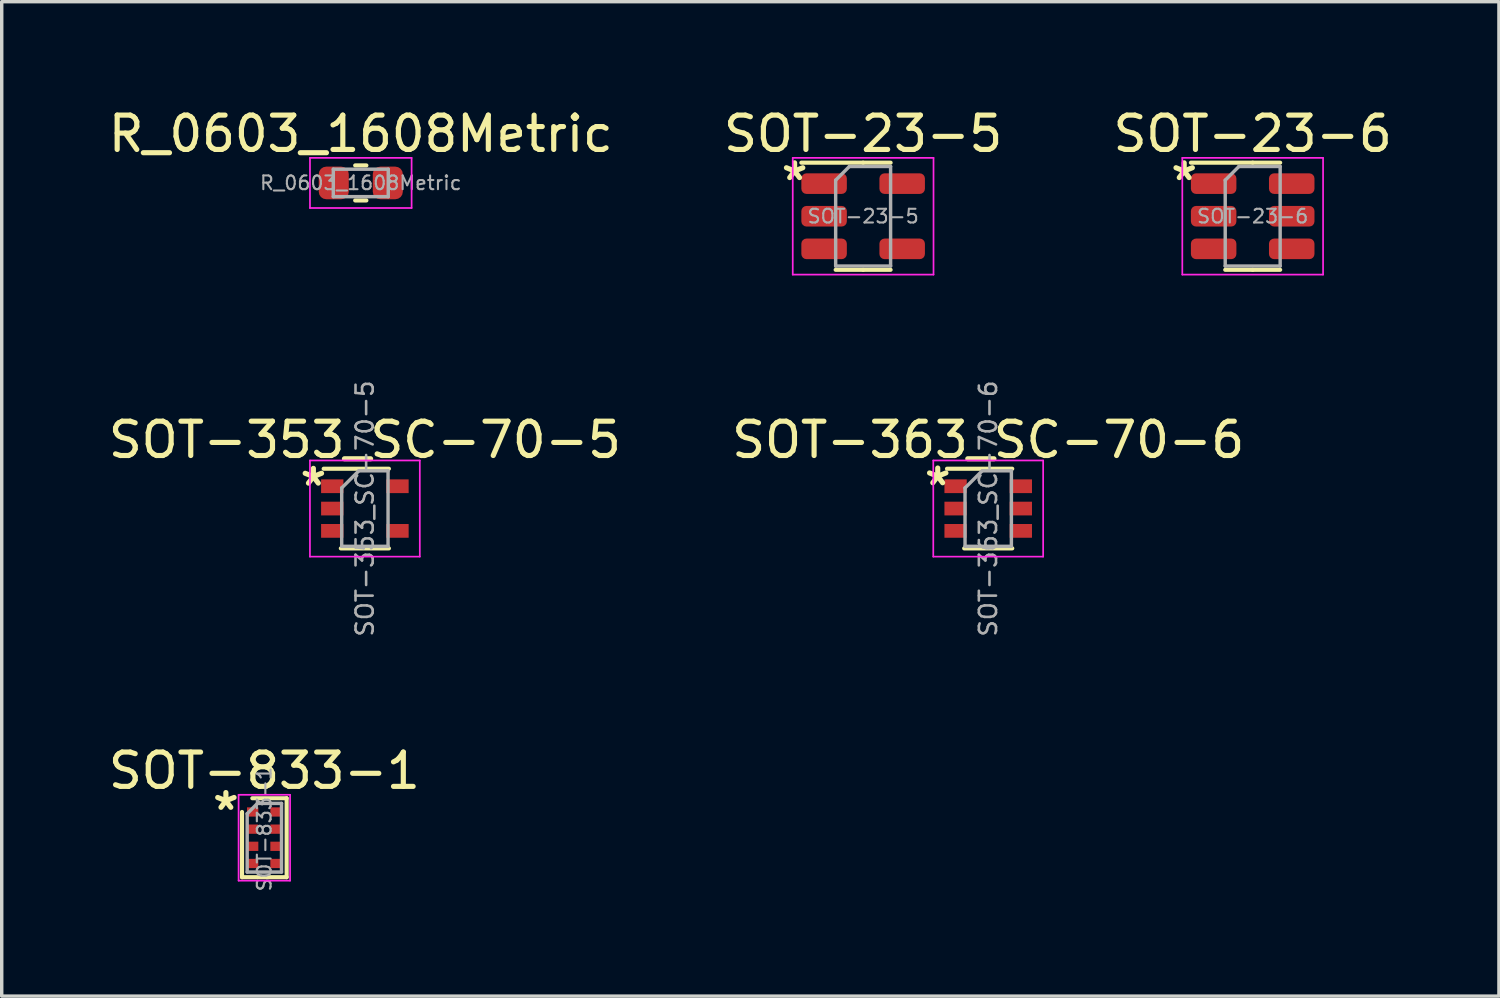
<source format=kicad_pcb>
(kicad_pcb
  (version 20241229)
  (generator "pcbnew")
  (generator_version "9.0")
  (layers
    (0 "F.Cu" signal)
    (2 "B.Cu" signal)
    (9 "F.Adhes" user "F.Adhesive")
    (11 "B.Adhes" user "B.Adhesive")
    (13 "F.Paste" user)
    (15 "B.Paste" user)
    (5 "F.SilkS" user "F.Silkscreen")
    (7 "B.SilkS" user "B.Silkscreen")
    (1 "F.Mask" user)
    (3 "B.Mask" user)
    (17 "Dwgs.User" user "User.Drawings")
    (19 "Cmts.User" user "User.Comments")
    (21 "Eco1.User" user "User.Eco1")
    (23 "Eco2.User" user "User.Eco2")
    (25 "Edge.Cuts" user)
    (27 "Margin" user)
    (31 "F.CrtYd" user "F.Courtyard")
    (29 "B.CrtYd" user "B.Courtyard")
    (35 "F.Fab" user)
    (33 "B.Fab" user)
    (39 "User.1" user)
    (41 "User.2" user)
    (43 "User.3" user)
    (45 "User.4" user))
  (footprint "SOT-23-6"
    (layer "F.Cu")
    (at 33.435 3.248)
    (property "Reference" "SOT-23-6" (at 0 -2.4 0) (layer "F.SilkS") (effects (font (size 1 1) (thickness 0.15))))
    (attr smd)
    (fp_line (start 0 -1.56) (end -1.8 -1.56) (stroke (width 0.12) (type solid)) (layer "F.SilkS"))
    (fp_line (start 0 -1.56) (end 0.8 -1.56) (stroke (width 0.12) (type solid)) (layer "F.SilkS"))
    (fp_line (start 0 1.56) (end -0.8 1.56) (stroke (width 0.12) (type solid)) (layer "F.SilkS"))
    (fp_line (start 0 1.56) (end 0.8 1.56) (stroke (width 0.12) (type solid)) (layer "F.SilkS"))
    (fp_line (start -2.05 -1.7) (end -2.05 1.7) (stroke (width 0.05) (type solid)) (layer "F.CrtYd"))
    (fp_line (start -2.05 1.7) (end 2.05 1.7) (stroke (width 0.05) (type solid)) (layer "F.CrtYd"))
    (fp_line (start 2.05 -1.7) (end -2.05 -1.7) (stroke (width 0.05) (type solid)) (layer "F.CrtYd"))
    (fp_line (start 2.05 1.7) (end 2.05 -1.7) (stroke (width 0.05) (type solid)) (layer "F.CrtYd"))
    (fp_line (start -0.8 -1.05) (end -0.4 -1.45) (stroke (width 0.1) (type solid)) (layer "F.Fab"))
    (fp_line (start -0.8 1.45) (end -0.8 -1.05) (stroke (width 0.1) (type solid)) (layer "F.Fab"))
    (fp_line (start -0.4 -1.45) (end 0.8 -1.45) (stroke (width 0.1) (type solid)) (layer "F.Fab"))
    (fp_line (start 0.8 -1.45) (end 0.8 1.45) (stroke (width 0.1) (type solid)) (layer "F.Fab"))
    (fp_line (start 0.8 1.45) (end -0.8 1.45) (stroke (width 0.1) (type solid)) (layer "F.Fab"))
    (fp_text user "*" (at -2.475 -0.425 0) (unlocked yes) (layer "F.SilkS") (effects (font (size 1 1) (thickness 0.15)) (justify left bottom)))
    (fp_text user "${REFERENCE}" (at 0 0 0) (layer "F.Fab") (effects (font (size 0.4 0.4) (thickness 0.06))))
    (pad "1" smd roundrect (at -1.137 -0.95) (size 1.325 0.6) (layers "F.Cu" "F.Mask" "F.Paste") (roundrect_rratio 0.25))
    (pad "2" smd roundrect (at -1.137 0) (size 1.325 0.6) (layers "F.Cu" "F.Mask" "F.Paste") (roundrect_rratio 0.25))
    (pad "3" smd roundrect (at -1.137 0.95) (size 1.325 0.6) (layers "F.Cu" "F.Mask" "F.Paste") (roundrect_rratio 0.25))
    (pad "4" smd roundrect (at 1.137 0.95) (size 1.325 0.6) (layers "F.Cu" "F.Mask" "F.Paste") (roundrect_rratio 0.25))
    (pad "5" smd roundrect (at 1.137 0) (size 1.325 0.6) (layers "F.Cu" "F.Mask" "F.Paste") (roundrect_rratio 0.25))
    (pad "6" smd roundrect (at 1.137 -0.95) (size 1.325 0.6) (layers "F.Cu" "F.Mask" "F.Paste") (roundrect_rratio 0.25)))
  (footprint "R_0603_1608Metric"
    (layer "F.Cu")
    (at 7.458 2.278)
    (property "Reference" "R_0603_1608Metric" (at 0 -1.43 0) (layer "F.SilkS") (effects (font (size 1 1) (thickness 0.15))))
    (attr smd)
    (fp_line (start -0.163 -0.51) (end 0.163 -0.51) (stroke (width 0.12) (type solid)) (layer "F.SilkS"))
    (fp_line (start -0.163 0.51) (end 0.163 0.51) (stroke (width 0.12) (type solid)) (layer "F.SilkS"))
    (fp_line (start -1.48 -0.73) (end 1.48 -0.73) (stroke (width 0.05) (type solid)) (layer "F.CrtYd"))
    (fp_line (start -1.48 0.73) (end -1.48 -0.73) (stroke (width 0.05) (type solid)) (layer "F.CrtYd"))
    (fp_line (start 1.48 -0.73) (end 1.48 0.73) (stroke (width 0.05) (type solid)) (layer "F.CrtYd"))
    (fp_line (start 1.48 0.73) (end -1.48 0.73) (stroke (width 0.05) (type solid)) (layer "F.CrtYd"))
    (fp_line (start -0.8 -0.4) (end 0.8 -0.4) (stroke (width 0.1) (type solid)) (layer "F.Fab"))
    (fp_line (start -0.8 0.4) (end -0.8 -0.4) (stroke (width 0.1) (type solid)) (layer "F.Fab"))
    (fp_line (start 0.8 -0.4) (end 0.8 0.4) (stroke (width 0.1) (type solid)) (layer "F.Fab"))
    (fp_line (start 0.8 0.4) (end -0.8 0.4) (stroke (width 0.1) (type solid)) (layer "F.Fab"))
    (fp_text user "${REFERENCE}" (at 0 0 0) (layer "F.Fab") (effects (font (size 0.4 0.4) (thickness 0.06))))
    (pad "1" smd roundrect (at -0.787 0) (size 0.875 0.95) (layers "F.Cu" "F.Mask" "F.Paste") (roundrect_rratio 0.25))
    (pad "2" smd roundrect (at 0.787 0) (size 0.875 0.95) (layers "F.Cu" "F.Mask" "F.Paste") (roundrect_rratio 0.25)))
  (footprint "SOT-353_SC-70-5"
    (layer "F.Cu")
    (at 7.577 11.762)
    (property "Reference" "SOT-353_SC-70-5" (at 0 -2 0) (layer "F.SilkS") (effects (font (size 1 1) (thickness 0.15))))
    (attr smd)
    (fp_line (start -0.7 1.16) (end 0.7 1.16) (stroke (width 0.12) (type solid)) (layer "F.SilkS"))
    (fp_line (start 0.7 -1.16) (end -1.2 -1.16) (stroke (width 0.12) (type solid)) (layer "F.SilkS"))
    (fp_line (start -1.6 -1.4) (end -1.6 1.4) (stroke (width 0.05) (type solid)) (layer "F.CrtYd"))
    (fp_line (start -1.6 -1.4) (end 1.6 -1.4) (stroke (width 0.05) (type solid)) (layer "F.CrtYd"))
    (fp_line (start -1.6 1.4) (end 1.6 1.4) (stroke (width 0.05) (type solid)) (layer "F.CrtYd"))
    (fp_line (start 1.6 1.4) (end 1.6 -1.4) (stroke (width 0.05) (type solid)) (layer "F.CrtYd"))
    (fp_line (start -0.675 -0.6) (end -0.675 1.1) (stroke (width 0.1) (type solid)) (layer "F.Fab"))
    (fp_line (start -0.175 -1.1) (end -0.675 -0.6) (stroke (width 0.1) (type solid)) (layer "F.Fab"))
    (fp_line (start 0.675 -1.1) (end -0.175 -1.1) (stroke (width 0.1) (type solid)) (layer "F.Fab"))
    (fp_line (start 0.675 -1.1) (end 0.675 1.1) (stroke (width 0.1) (type solid)) (layer "F.Fab"))
    (fp_line (start 0.675 1.1) (end -0.675 1.1) (stroke (width 0.1) (type solid)) (layer "F.Fab"))
    (fp_text user "*" (at -1.5 -0.625 0) (layer "F.SilkS") (effects (font (size 1 1) (thickness 0.15))))
    (fp_text user "${REFERENCE}" (at 0 0 90) (layer "F.Fab") (effects (font (size 0.5 0.5) (thickness 0.075))))
    (pad "1" smd rect (at -0.95 -0.65) (size 0.65 0.4) (layers "F.Cu" "F.Mask" "F.Paste"))
    (pad "2" smd rect (at -0.95 0) (size 0.65 0.4) (layers "F.Cu" "F.Mask" "F.Paste"))
    (pad "3" smd rect (at -0.95 0.65) (size 0.65 0.4) (layers "F.Cu" "F.Mask" "F.Paste"))
    (pad "4" smd rect (at 0.95 0.65) (size 0.65 0.4) (layers "F.Cu" "F.Mask" "F.Paste"))
    (pad "5" smd rect (at 0.95 -0.65) (size 0.65 0.4) (layers "F.Cu" "F.Mask" "F.Paste")))
  (footprint "SOT-23-5"
    (layer "F.Cu")
    (at 22.089 3.248)
    (property "Reference" "SOT-23-5" (at 0 -2.4 0) (layer "F.SilkS") (effects (font (size 1 1) (thickness 0.15))))
    (attr smd)
    (fp_line (start 0 -1.56) (end -1.8 -1.56) (stroke (width 0.12) (type solid)) (layer "F.SilkS"))
    (fp_line (start 0 -1.56) (end 0.8 -1.56) (stroke (width 0.12) (type solid)) (layer "F.SilkS"))
    (fp_line (start 0 1.56) (end -0.8 1.56) (stroke (width 0.12) (type solid)) (layer "F.SilkS"))
    (fp_line (start 0 1.56) (end 0.8 1.56) (stroke (width 0.12) (type solid)) (layer "F.SilkS"))
    (fp_line (start -2.05 -1.7) (end -2.05 1.7) (stroke (width 0.05) (type solid)) (layer "F.CrtYd"))
    (fp_line (start -2.05 1.7) (end 2.05 1.7) (stroke (width 0.05) (type solid)) (layer "F.CrtYd"))
    (fp_line (start 2.05 -1.7) (end -2.05 -1.7) (stroke (width 0.05) (type solid)) (layer "F.CrtYd"))
    (fp_line (start 2.05 1.7) (end 2.05 -1.7) (stroke (width 0.05) (type solid)) (layer "F.CrtYd"))
    (fp_line (start -0.8 -1.05) (end -0.4 -1.45) (stroke (width 0.1) (type solid)) (layer "F.Fab"))
    (fp_line (start -0.8 1.45) (end -0.8 -1.05) (stroke (width 0.1) (type solid)) (layer "F.Fab"))
    (fp_line (start -0.4 -1.45) (end 0.8 -1.45) (stroke (width 0.1) (type solid)) (layer "F.Fab"))
    (fp_line (start 0.8 -1.45) (end 0.8 1.45) (stroke (width 0.1) (type solid)) (layer "F.Fab"))
    (fp_line (start 0.8 1.45) (end -0.8 1.45) (stroke (width 0.1) (type solid)) (layer "F.Fab"))
    (fp_text user "*" (at -2.475 -0.425 0) (unlocked yes) (layer "F.SilkS") (effects (font (size 1 1) (thickness 0.15)) (justify left bottom)))
    (fp_text user "${REFERENCE}" (at 0 0 0) (layer "F.Fab") (effects (font (size 0.4 0.4) (thickness 0.06))))
    (pad "1" smd roundrect (at -1.137 -0.95) (size 1.325 0.6) (layers "F.Cu" "F.Mask" "F.Paste") (roundrect_rratio 0.25))
    (pad "2" smd roundrect (at -1.137 0) (size 1.325 0.6) (layers "F.Cu" "F.Mask" "F.Paste") (roundrect_rratio 0.25))
    (pad "3" smd roundrect (at -1.137 0.95) (size 1.325 0.6) (layers "F.Cu" "F.Mask" "F.Paste") (roundrect_rratio 0.25))
    (pad "4" smd roundrect (at 1.137 0.95) (size 1.325 0.6) (layers "F.Cu" "F.Mask" "F.Paste") (roundrect_rratio 0.25))
    (pad "5" smd roundrect (at 1.137 -0.95) (size 1.325 0.6) (layers "F.Cu" "F.Mask" "F.Paste") (roundrect_rratio 0.25)))
  (footprint "SOT-363_SC-70-6"
    (layer "F.Cu")
    (at 25.732 11.762)
    (property "Reference" "SOT-363_SC-70-6" (at 0 -2 0) (layer "F.SilkS") (effects (font (size 1 1) (thickness 0.15))))
    (attr smd)
    (fp_line (start -0.7 1.16) (end 0.7 1.16) (stroke (width 0.12) (type solid)) (layer "F.SilkS"))
    (fp_line (start 0.7 -1.16) (end -1.2 -1.16) (stroke (width 0.12) (type solid)) (layer "F.SilkS"))
    (fp_line (start -1.6 -1.4) (end -1.6 1.4) (stroke (width 0.05) (type solid)) (layer "F.CrtYd"))
    (fp_line (start -1.6 -1.4) (end 1.6 -1.4) (stroke (width 0.05) (type solid)) (layer "F.CrtYd"))
    (fp_line (start -1.6 1.4) (end 1.6 1.4) (stroke (width 0.05) (type solid)) (layer "F.CrtYd"))
    (fp_line (start 1.6 1.4) (end 1.6 -1.4) (stroke (width 0.05) (type solid)) (layer "F.CrtYd"))
    (fp_line (start -0.675 -0.6) (end -0.675 1.1) (stroke (width 0.1) (type solid)) (layer "F.Fab"))
    (fp_line (start -0.175 -1.1) (end -0.675 -0.6) (stroke (width 0.1) (type solid)) (layer "F.Fab"))
    (fp_line (start 0.675 -1.1) (end -0.175 -1.1) (stroke (width 0.1) (type solid)) (layer "F.Fab"))
    (fp_line (start 0.675 -1.1) (end 0.675 1.1) (stroke (width 0.1) (type solid)) (layer "F.Fab"))
    (fp_line (start 0.675 1.1) (end -0.675 1.1) (stroke (width 0.1) (type solid)) (layer "F.Fab"))
    (fp_text user "*" (at -1.95 -0.05 0) (unlocked yes) (layer "F.SilkS") (effects (font (size 1 1) (thickness 0.15)) (justify left bottom)))
    (fp_text user "${REFERENCE}" (at 0 0 90) (layer "F.Fab") (effects (font (size 0.5 0.5) (thickness 0.075))))
    (pad "1" smd rect (at -0.95 -0.65) (size 0.65 0.4) (layers "F.Cu" "F.Mask" "F.Paste"))
    (pad "2" smd rect (at -0.95 0) (size 0.65 0.4) (layers "F.Cu" "F.Mask" "F.Paste"))
    (pad "3" smd rect (at -0.95 0.65) (size 0.65 0.4) (layers "F.Cu" "F.Mask" "F.Paste"))
    (pad "4" smd rect (at 0.95 0.65) (size 0.65 0.4) (layers "F.Cu" "F.Mask" "F.Paste"))
    (pad "5" smd rect (at 0.95 0) (size 0.65 0.4) (layers "F.Cu" "F.Mask" "F.Paste"))
    (pad "6" smd rect (at 0.95 -0.65) (size 0.65 0.4) (layers "F.Cu" "F.Mask" "F.Paste")))
  (footprint "SOT-833-1"
    (layer "F.Cu")
    (at 4.649 21.099)
    (property "Reference" "SOT-833-1" (at 0 -1.7 180) (layer "F.SilkS") (effects (font (size 1 1) (thickness 0.15))))
    (attr smd)
    (fp_line (start -0.65 -0.5) (end -0.65 1.4) (stroke (width 0.12) (type solid)) (layer "F.SilkS"))
    (fp_line (start -0.65 1.4) (end 0.65 1.4) (stroke (width 0.12) (type solid)) (layer "F.SilkS"))
    (fp_line (start 0.65 -0.9) (end -0.35 -0.9) (stroke (width 0.12) (type solid)) (layer "F.SilkS"))
    (fp_line (start 0.65 1.4) (end 0.65 -0.9) (stroke (width 0.12) (type solid)) (layer "F.SilkS"))
    (fp_line (start -0.75 -1) (end -0.75 1.5) (stroke (width 0.05) (type solid)) (layer "F.CrtYd"))
    (fp_line (start -0.75 -1) (end 0.75 -1) (stroke (width 0.05) (type solid)) (layer "F.CrtYd"))
    (fp_line (start 0.75 1.5) (end -0.75 1.5) (stroke (width 0.05) (type solid)) (layer "F.CrtYd"))
    (fp_line (start 0.75 1.5) (end 0.75 -1) (stroke (width 0.05) (type solid)) (layer "F.CrtYd"))
    (fp_line (start -0.5 -0.45) (end -0.5 1.25) (stroke (width 0.1) (type solid)) (layer "F.Fab"))
    (fp_line (start -0.5 1.25) (end 0.5 1.25) (stroke (width 0.1) (type solid)) (layer "F.Fab"))
    (fp_line (start -0.2 -0.75) (end -0.5 -0.45) (stroke (width 0.1) (type solid)) (layer "F.Fab"))
    (fp_line (start 0.5 -0.75) (end -0.2 -0.75) (stroke (width 0.1) (type solid)) (layer "F.Fab"))
    (fp_line (start 0.5 1.25) (end 0.5 -0.75) (stroke (width 0.1) (type solid)) (layer "F.Fab"))
    (fp_text user "*" (at -1.12 -0.52 0) (layer "F.SilkS") (effects (font (size 1 1) (thickness 0.15))))
    (fp_text user "${REFERENCE}" (at 0 0 90) (layer "F.Fab") (effects (font (size 0.4 0.4) (thickness 0.062))))
    (pad "1" smd rect (at -0.34 -0.5) (size 0.33 0.27) (layers "F.Cu" "F.Mask" "F.Paste"))
    (pad "2" smd rect (at -0.34 0) (size 0.33 0.27) (layers "F.Cu" "F.Mask" "F.Paste"))
    (pad "3" smd rect (at -0.34 0.5) (size 0.33 0.27) (layers "F.Cu" "F.Mask" "F.Paste"))
    (pad "4" smd rect (at -0.34 1) (size 0.33 0.27) (layers "F.Cu" "F.Mask" "F.Paste"))
    (pad "5" smd rect (at 0.34 1) (size 0.33 0.27) (layers "F.Cu" "F.Mask" "F.Paste"))
    (pad "6" smd rect (at 0.34 0.5) (size 0.33 0.27) (layers "F.Cu" "F.Mask" "F.Paste"))
    (pad "7" smd rect (at 0.34 0) (size 0.33 0.27) (layers "F.Cu" "F.Mask" "F.Paste"))
    (pad "8" smd rect (at 0.34 -0.5) (size 0.33 0.27) (layers "F.Cu" "F.Mask" "F.Paste")))
  (gr_rect
    (start -3 -3)
    (end 40.607 25.962)
    (stroke (width 0.1) (type default))
    (fill no)
    (layer "Edge.Cuts")))
</source>
